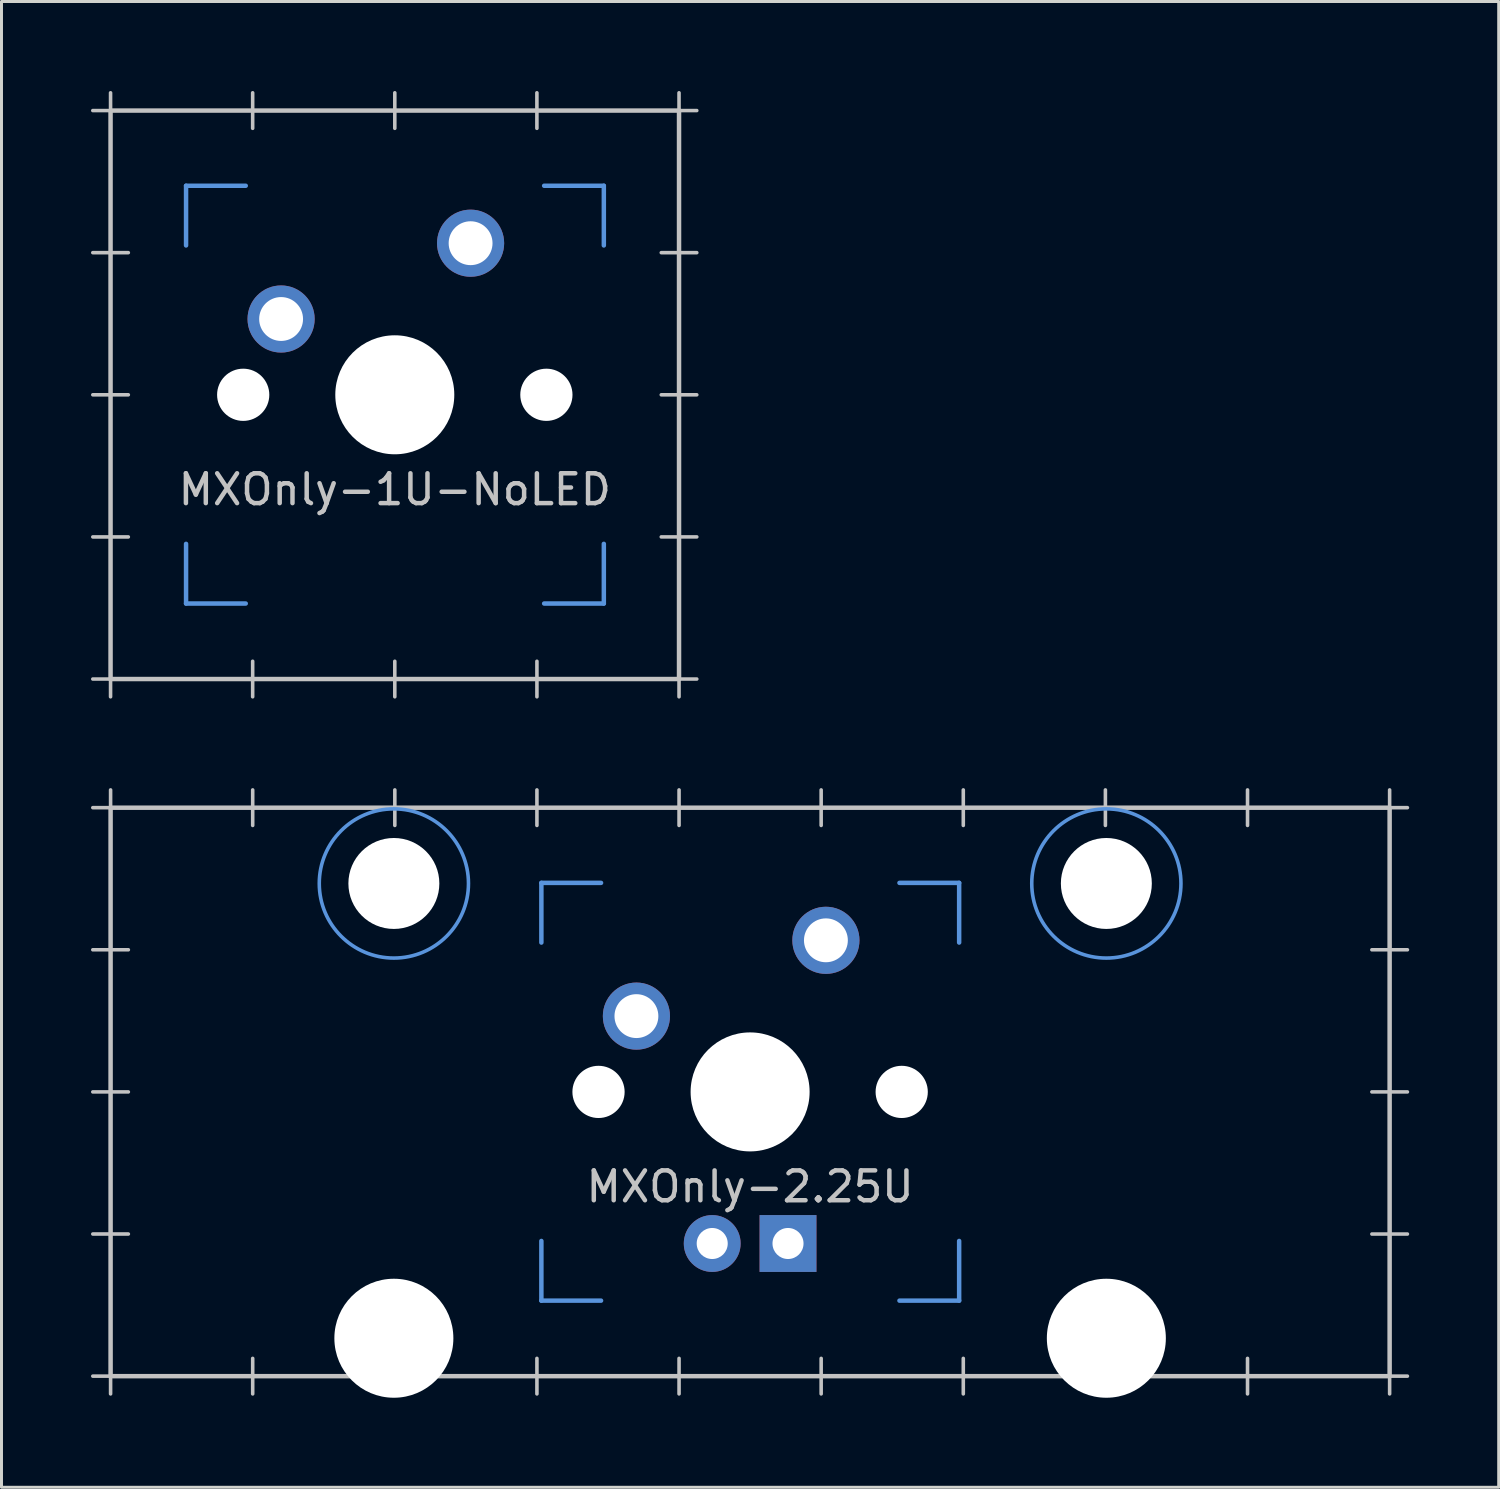
<source format=kicad_pcb>
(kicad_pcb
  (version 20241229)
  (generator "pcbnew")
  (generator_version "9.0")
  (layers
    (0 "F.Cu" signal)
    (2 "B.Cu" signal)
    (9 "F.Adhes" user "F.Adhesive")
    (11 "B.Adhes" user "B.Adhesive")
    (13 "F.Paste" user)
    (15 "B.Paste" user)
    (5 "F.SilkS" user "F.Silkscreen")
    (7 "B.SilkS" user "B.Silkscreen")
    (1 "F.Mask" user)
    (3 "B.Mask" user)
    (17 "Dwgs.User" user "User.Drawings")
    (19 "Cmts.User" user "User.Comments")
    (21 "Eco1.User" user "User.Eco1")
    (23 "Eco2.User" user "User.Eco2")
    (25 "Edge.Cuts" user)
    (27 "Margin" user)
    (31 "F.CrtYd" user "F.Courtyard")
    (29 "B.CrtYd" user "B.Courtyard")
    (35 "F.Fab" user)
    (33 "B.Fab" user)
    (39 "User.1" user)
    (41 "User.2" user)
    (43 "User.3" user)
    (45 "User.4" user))
  (footprint "MXOnly-2.25U"
    (layer "F.Cu")
    (at 22.087 33.541)
    (property "Reference" "MXOnly-2.25U" (at 0 3.175 0) (layer "Dwgs.User") (effects (font (size 1 1) (thickness 0.15))))
    (attr through_hole)
    (fp_line (start -22.027 -9.525) (end -21.431 -9.525) (stroke (width 0.12) (type solid)) (layer "Dwgs.User"))
    (fp_line (start -22.027 -0.000008) (end -20.836 -0.000008) (stroke (width 0.12) (type solid)) (layer "Dwgs.User"))
    (fp_line (start -22.027 4.762) (end -20.836 4.762) (stroke (width 0.12) (type solid)) (layer "Dwgs.User"))
    (fp_line (start -22.027 9.525) (end -21.431 9.525) (stroke (width 0.12) (type solid)) (layer "Dwgs.User"))
    (fp_line (start -21.431 10.12) (end -21.431 9.525) (stroke (width 0.12) (type solid)) (layer "Dwgs.User"))
    (fp_line (start -21.431 -10.12) (end -21.431 -9.525) (stroke (width 0.12) (type solid)) (layer "Dwgs.User"))
    (fp_line (start -21.431 -9.525) (end 21.431 -9.525) (stroke (width 0.15) (type solid)) (layer "Dwgs.User"))
    (fp_line (start -21.431 9.525) (end -21.431 -9.525) (stroke (width 0.15) (type solid)) (layer "Dwgs.User"))
    (fp_line (start -21.431 9.525) (end 21.431 9.525) (stroke (width 0.15) (type solid)) (layer "Dwgs.User"))
    (fp_line (start -20.836 -4.763) (end -22.027 -4.763) (stroke (width 0.12) (type solid)) (layer "Dwgs.User"))
    (fp_line (start -16.669 8.93) (end -16.669 10.12) (stroke (width 0.12) (type solid)) (layer "Dwgs.User"))
    (fp_line (start -16.669 -10.12) (end -16.669 -8.93) (stroke (width 0.12) (type solid)) (layer "Dwgs.User"))
    (fp_line (start -11.906 8.93) (end -11.906 10.12) (stroke (width 0.12) (type solid)) (layer "Dwgs.User"))
    (fp_line (start -11.906 -10.12) (end -11.906 -8.93) (stroke (width 0.12) (type solid)) (layer "Dwgs.User"))
    (fp_line (start -7.144 10.12) (end -7.144 8.93) (stroke (width 0.12) (type solid)) (layer "Dwgs.User"))
    (fp_line (start -7.144 -8.93) (end -7.144 -10.12) (stroke (width 0.12) (type solid)) (layer "Dwgs.User"))
    (fp_line (start -2.381 8.93) (end -2.381 10.12) (stroke (width 0.12) (type solid)) (layer "Dwgs.User"))
    (fp_line (start -2.381 -10.12) (end -2.381 -8.93) (stroke (width 0.12) (type solid)) (layer "Dwgs.User"))
    (fp_line (start 2.381 10.12) (end 2.381 8.93) (stroke (width 0.12) (type solid)) (layer "Dwgs.User"))
    (fp_line (start 2.381 -8.93) (end 2.381 -10.12) (stroke (width 0.12) (type solid)) (layer "Dwgs.User"))
    (fp_line (start 7.144 8.93) (end 7.144 10.12) (stroke (width 0.12) (type solid)) (layer "Dwgs.User"))
    (fp_line (start 7.144 -10.12) (end 7.144 -8.93) (stroke (width 0.12) (type solid)) (layer "Dwgs.User"))
    (fp_line (start 11.906 10.12) (end 11.906 8.93) (stroke (width 0.12) (type solid)) (layer "Dwgs.User"))
    (fp_line (start 11.906 -8.93) (end 11.906 -10.12) (stroke (width 0.12) (type solid)) (layer "Dwgs.User"))
    (fp_line (start 16.669 10.12) (end 16.669 8.93) (stroke (width 0.12) (type solid)) (layer "Dwgs.User"))
    (fp_line (start 16.669 -8.93) (end 16.669 -10.12) (stroke (width 0.12) (type solid)) (layer "Dwgs.User"))
    (fp_line (start 20.836 4.763) (end 22.027 4.763) (stroke (width 0.12) (type solid)) (layer "Dwgs.User"))
    (fp_line (start 21.431 -9.525) (end 21.431 9.525) (stroke (width 0.15) (type solid)) (layer "Dwgs.User"))
    (fp_line (start 21.431 10.12) (end 21.431 9.525) (stroke (width 0.12) (type solid)) (layer "Dwgs.User"))
    (fp_line (start 21.431 -10.12) (end 21.431 -9.525) (stroke (width 0.12) (type solid)) (layer "Dwgs.User"))
    (fp_line (start 21.431 -9.525) (end 21.431 -9.525) (stroke (width 0.12) (type solid)) (layer "Dwgs.User"))
    (fp_line (start 22.027 -9.525) (end 21.431 -9.525) (stroke (width 0.12) (type solid)) (layer "Dwgs.User"))
    (fp_line (start 22.027 -4.763) (end 20.836 -4.763) (stroke (width 0.12) (type solid)) (layer "Dwgs.User"))
    (fp_line (start 22.027 0) (end 20.836 0) (stroke (width 0.12) (type solid)) (layer "Dwgs.User"))
    (fp_line (start 22.027 9.525) (end 21.431 9.525) (stroke (width 0.12) (type solid)) (layer "Dwgs.User"))
    (fp_line (start -6.995 -7.005) (end -6.995 -5.005) (stroke (width 0.15) (type solid)) (layer "Cmts.User"))
    (fp_line (start -6.995 6.995) (end -6.995 4.995) (stroke (width 0.15) (type solid)) (layer "Cmts.User"))
    (fp_line (start -4.995 -7.005) (end -6.995 -7.005) (stroke (width 0.15) (type solid)) (layer "Cmts.User"))
    (fp_line (start -4.995 6.995) (end -6.995 6.995) (stroke (width 0.15) (type solid)) (layer "Cmts.User"))
    (fp_line (start 5.005 -7.005) (end 7.005 -7.005) (stroke (width 0.15) (type solid)) (layer "Cmts.User"))
    (fp_line (start 5.005 6.995) (end 7.005 6.995) (stroke (width 0.15) (type solid)) (layer "Cmts.User"))
    (fp_line (start 7.005 -7.005) (end 7.005 -5.005) (stroke (width 0.15) (type solid)) (layer "Cmts.User"))
    (fp_line (start 7.005 6.995) (end 7.005 4.995) (stroke (width 0.15) (type solid)) (layer "Cmts.User"))
    (fp_circle (center -11.938 -6.985) (end -9.438 -6.985) (stroke (width 0.12) (type solid)) (fill no) (layer "Cmts.User"))
    (fp_circle (center 11.938 -6.985) (end 14.438 -6.985) (stroke (width 0.12) (type solid)) (fill no) (layer "Cmts.User"))
    (pad "" np_thru_hole circle (at -11.938 -6.985) (size 3.048 3.048) (drill 3.048) (layers "*.Cu" "*.Mask"))
    (pad "" np_thru_hole circle (at -11.938 8.255) (size 3.988 3.988) (drill 3.988) (layers "*.Cu" "*.Mask"))
    (pad "" np_thru_hole circle (at -5.08 0 48.1) (size 1.75 1.75) (drill 1.75) (layers "*.Cu" "*.Mask"))
    (pad "" np_thru_hole circle (at 0 0) (size 3.988 3.988) (drill 3.988) (layers "*.Cu" "*.Mask"))
    (pad "" np_thru_hole circle (at 5.08 0 48.1) (size 1.75 1.75) (drill 1.75) (layers "*.Cu" "*.Mask"))
    (pad "" np_thru_hole circle (at 11.938 -6.985) (size 3.048 3.048) (drill 3.048) (layers "*.Cu" "*.Mask"))
    (pad "" np_thru_hole circle (at 11.938 8.255) (size 3.988 3.988) (drill 3.988) (layers "*.Cu" "*.Mask"))
    (pad "1" thru_hole circle (at -3.81 -2.54) (size 2.25 2.25) (drill 1.47) (layers "*.Cu" "B.Mask"))
    (pad "2" thru_hole circle (at 2.54 -5.08) (size 2.25 2.25) (drill 1.47) (layers "*.Cu" "B.Mask"))
    (pad "3" thru_hole circle (at -1.27 5.08) (size 1.905 1.905) (drill 1.04) (layers "*.Cu" "B.Mask"))
    (pad "4" thru_hole rect (at 1.27 5.08) (size 1.905 1.905) (drill 1.04) (layers "*.Cu" "B.Mask")))
  (footprint "MXOnly-1U-NoLED"
    (layer "F.Cu")
    (at 10.18 10.18)
    (property "Reference" "MXOnly-1U-NoLED" (at 0 3.175 0) (layer "Dwgs.User") (effects (font (size 1 1) (thickness 0.15))))
    (attr through_hole)
    (fp_line (start -10.12 -9.525) (end -9.525 -9.525) (stroke (width 0.12) (type solid)) (layer "Dwgs.User"))
    (fp_line (start -10.12 0) (end -8.93 0) (stroke (width 0.12) (type solid)) (layer "Dwgs.User"))
    (fp_line (start -10.12 4.763) (end -8.93 4.763) (stroke (width 0.12) (type solid)) (layer "Dwgs.User"))
    (fp_line (start -10.12 9.525) (end -9.525 9.525) (stroke (width 0.12) (type solid)) (layer "Dwgs.User"))
    (fp_line (start -9.525 -10.12) (end -9.525 -9.525) (stroke (width 0.12) (type solid)) (layer "Dwgs.User"))
    (fp_line (start -9.525 10.12) (end -9.525 9.525) (stroke (width 0.12) (type solid)) (layer "Dwgs.User"))
    (fp_line (start -9.525 -9.525) (end 9.525 -9.525) (stroke (width 0.15) (type solid)) (layer "Dwgs.User"))
    (fp_line (start -9.525 9.525) (end -9.525 -9.525) (stroke (width 0.15) (type solid)) (layer "Dwgs.User"))
    (fp_line (start -8.93 -4.763) (end -10.12 -4.763) (stroke (width 0.12) (type solid)) (layer "Dwgs.User"))
    (fp_line (start -4.763 -10.12) (end -4.763 -8.93) (stroke (width 0.12) (type solid)) (layer "Dwgs.User"))
    (fp_line (start -4.763 8.93) (end -4.763 10.12) (stroke (width 0.12) (type solid)) (layer "Dwgs.User"))
    (fp_line (start -0.000008 -10.12) (end -0.000008 -8.93) (stroke (width 0.12) (type solid)) (layer "Dwgs.User"))
    (fp_line (start 0 10.12) (end 0 8.93) (stroke (width 0.12) (type solid)) (layer "Dwgs.User"))
    (fp_line (start 4.762 -8.93) (end 4.762 -10.12) (stroke (width 0.12) (type solid)) (layer "Dwgs.User"))
    (fp_line (start 4.763 10.12) (end 4.763 8.93) (stroke (width 0.12) (type solid)) (layer "Dwgs.User"))
    (fp_line (start 8.93 4.762) (end 10.12 4.762) (stroke (width 0.12) (type solid)) (layer "Dwgs.User"))
    (fp_line (start 9.525 -10.12) (end 9.525 -9.525) (stroke (width 0.12) (type solid)) (layer "Dwgs.User"))
    (fp_line (start 9.525 -9.525) (end 9.525 9.525) (stroke (width 0.15) (type solid)) (layer "Dwgs.User"))
    (fp_line (start 9.525 9.525) (end -9.525 9.525) (stroke (width 0.15) (type solid)) (layer "Dwgs.User"))
    (fp_line (start 9.525 10.12) (end 9.525 9.525) (stroke (width 0.12) (type solid)) (layer "Dwgs.User"))
    (fp_line (start 10.12 -9.525) (end 9.525 -9.525) (stroke (width 0.12) (type solid)) (layer "Dwgs.User"))
    (fp_line (start 10.12 -4.763) (end 8.93 -4.763) (stroke (width 0.12) (type solid)) (layer "Dwgs.User"))
    (fp_line (start 10.12 -0.000008) (end 8.93 -0.000008) (stroke (width 0.12) (type solid)) (layer "Dwgs.User"))
    (fp_line (start 10.12 9.525) (end 9.525 9.525) (stroke (width 0.12) (type solid)) (layer "Dwgs.User"))
    (fp_line (start -6.995 -7.005) (end -6.995 -5.005) (stroke (width 0.15) (type solid)) (layer "Cmts.User"))
    (fp_line (start -6.995 6.995) (end -6.995 4.995) (stroke (width 0.15) (type solid)) (layer "Cmts.User"))
    (fp_line (start -4.995 -7.005) (end -6.995 -7.005) (stroke (width 0.15) (type solid)) (layer "Cmts.User"))
    (fp_line (start -4.995 6.995) (end -6.995 6.995) (stroke (width 0.15) (type solid)) (layer "Cmts.User"))
    (fp_line (start 5.005 -7.005) (end 7.005 -7.005) (stroke (width 0.15) (type solid)) (layer "Cmts.User"))
    (fp_line (start 5.005 6.995) (end 7.005 6.995) (stroke (width 0.15) (type solid)) (layer "Cmts.User"))
    (fp_line (start 7.005 -7.005) (end 7.005 -5.005) (stroke (width 0.15) (type solid)) (layer "Cmts.User"))
    (fp_line (start 7.005 6.995) (end 7.005 4.995) (stroke (width 0.15) (type solid)) (layer "Cmts.User"))
    (pad "" np_thru_hole circle (at -5.08 0 48.1) (size 1.75 1.75) (drill 1.75) (layers "*.Cu" "*.Mask"))
    (pad "" np_thru_hole circle (at 0 0) (size 3.988 3.988) (drill 3.988) (layers "*.Cu" "*.Mask"))
    (pad "" np_thru_hole circle (at 5.08 0 48.1) (size 1.75 1.75) (drill 1.75) (layers "*.Cu" "*.Mask"))
    (pad "1" thru_hole circle (at -3.81 -2.54) (size 2.25 2.25) (drill 1.47) (layers "*.Cu" "B.Mask"))
    (pad "2" thru_hole circle (at 2.54 -5.08) (size 2.25 2.25) (drill 1.47) (layers "*.Cu" "B.Mask")))
  (gr_rect
    (start -3 -3)
    (end 47.173 46.79)
    (stroke (width 0.1) (type default))
    (fill no)
    (layer "Edge.Cuts")))
</source>
